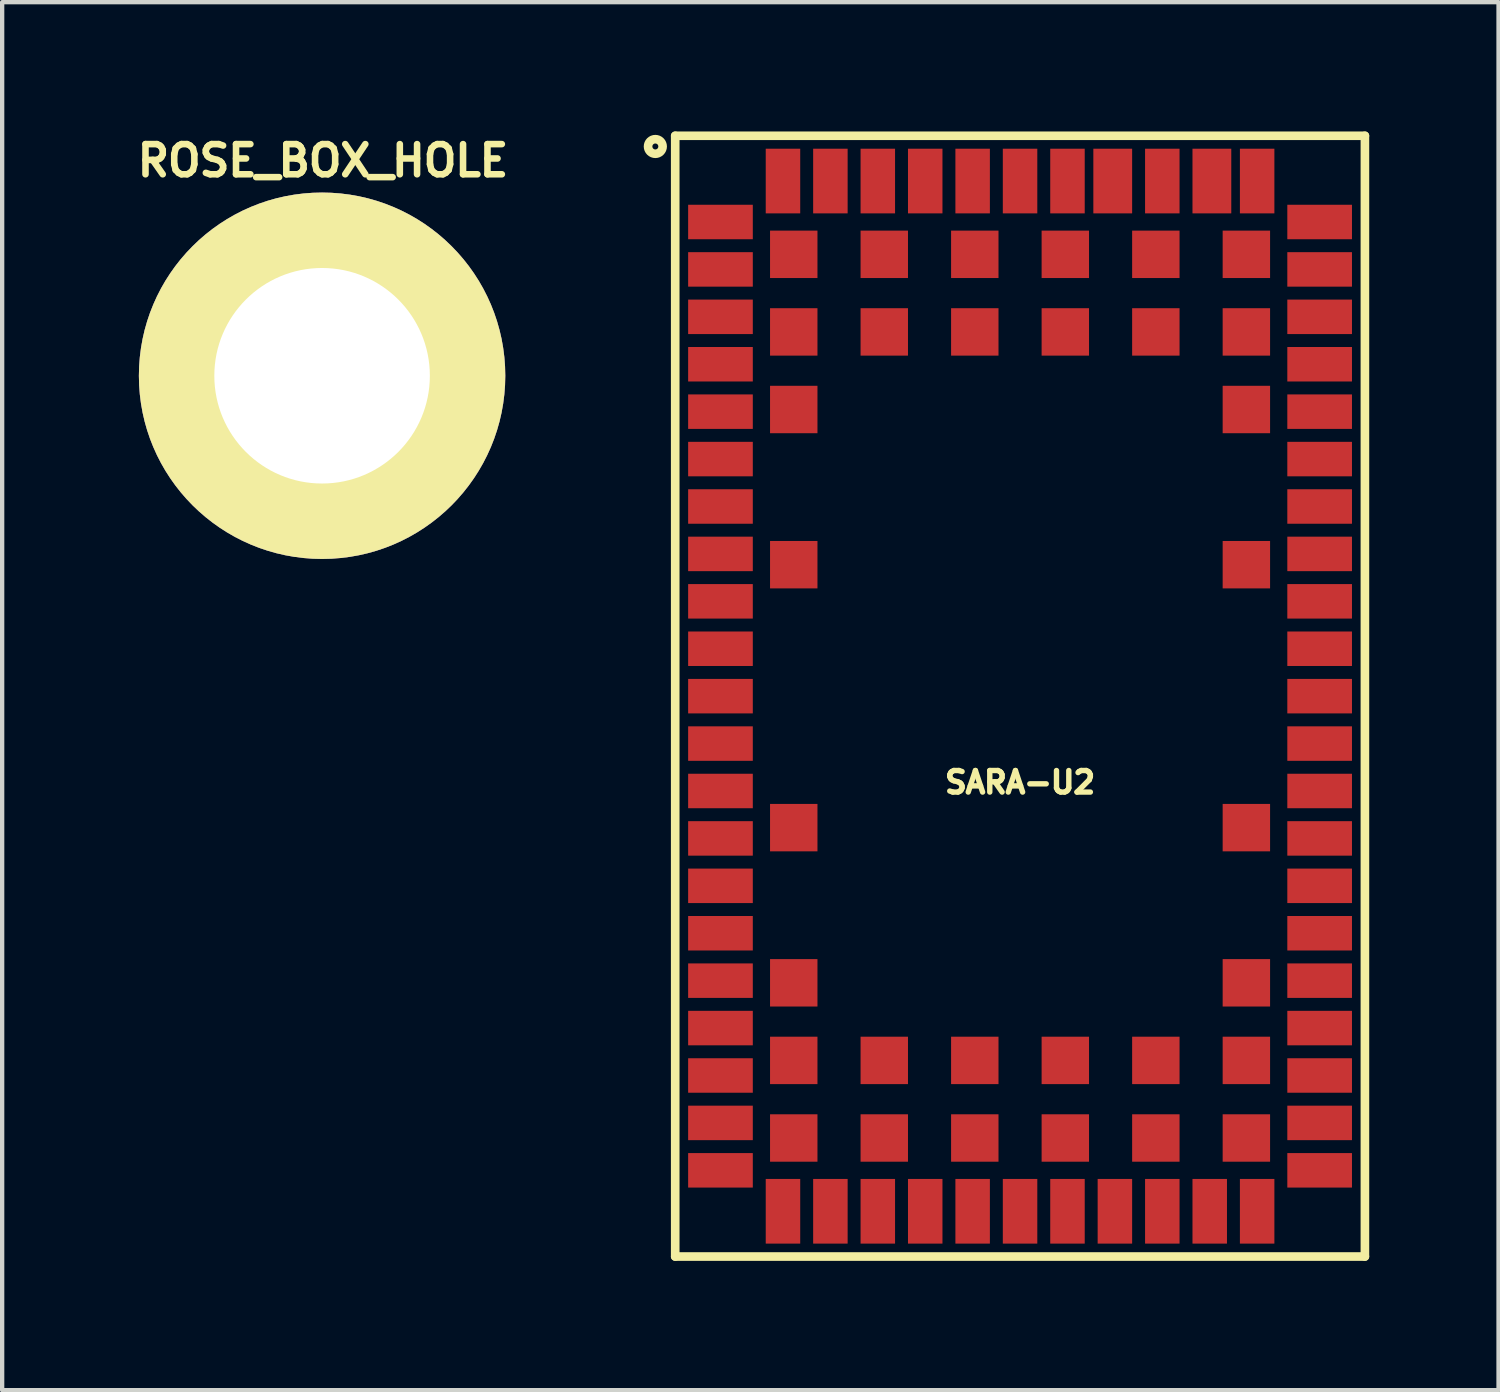
<source format=kicad_pcb>
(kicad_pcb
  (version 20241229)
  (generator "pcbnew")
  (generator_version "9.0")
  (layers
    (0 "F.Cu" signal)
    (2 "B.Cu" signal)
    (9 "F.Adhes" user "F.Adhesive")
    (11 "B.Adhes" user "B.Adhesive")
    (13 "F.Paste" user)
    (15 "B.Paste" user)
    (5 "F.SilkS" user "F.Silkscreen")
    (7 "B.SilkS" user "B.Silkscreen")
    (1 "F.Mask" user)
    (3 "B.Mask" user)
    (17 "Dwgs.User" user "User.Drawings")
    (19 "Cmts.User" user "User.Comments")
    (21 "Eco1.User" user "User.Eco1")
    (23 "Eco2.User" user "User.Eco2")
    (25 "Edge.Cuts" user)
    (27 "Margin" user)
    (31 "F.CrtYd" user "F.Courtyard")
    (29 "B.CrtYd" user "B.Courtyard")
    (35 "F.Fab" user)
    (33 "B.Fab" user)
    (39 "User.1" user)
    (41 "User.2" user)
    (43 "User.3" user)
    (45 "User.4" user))
  (footprint "ROSE_BOX_HOLE"
    (layer "F.Cu")
    (at 4.422 5.667)
    (property "Reference" "ROSE_BOX_HOLE" (at 0.02 -4.99 0) (layer "F.SilkS") (effects (font (size 0.7 0.7) (thickness 0.152))))
    (attr through_hole)
    (pad "1" thru_hole circle (at 0 0) (size 8.5 8.5) (drill 5) (layers "*.Cu" "*.Mask" "F.SilkS")))
  (footprint "SARA-U2"
    (layer "F.Cu")
    (at 20.614 13.1)
    (property "Reference" "SARA-U2" (at 0 2 0) (layer "F.SilkS") (effects (font (size 0.5 0.5) (thickness 0.125))))
    (attr through_hole)
    (fp_line (start -8 -13) (end 8 -13) (stroke (width 0.2) (type solid)) (layer "F.SilkS"))
    (fp_line (start -8 13) (end -8 -13) (stroke (width 0.2) (type solid)) (layer "F.SilkS"))
    (fp_line (start -8 13) (end 8 13) (stroke (width 0.2) (type solid)) (layer "F.SilkS"))
    (fp_line (start 8 13) (end 8 -13) (stroke (width 0.2) (type solid)) (layer "F.SilkS"))
    (fp_circle (center -8.461 -12.752) (end -8.381 -12.603) (stroke (width 0.2) (type solid)) (fill no) (layer "F.SilkS"))
    (pad "1" smd rect (at -6.95 -11) (size 1.3 0.6) (layers "F.Cu" "F.Paste"))
    (pad "1" smd rect (at -6.95 -11) (size 1.5 0.8) (layers "F.Cu" "F.Mask"))
    (pad "2" smd rect (at -6.95 -9.9) (size 1.3 0.6) (layers "F.Cu" "F.Paste"))
    (pad "2" smd rect (at -6.95 -9.9) (size 1.5 0.8) (layers "F.Cu" "F.Mask"))
    (pad "3" smd rect (at -6.95 -8.8) (size 1.3 0.6) (layers "F.Cu" "F.Paste"))
    (pad "3" smd rect (at -6.95 -8.8) (size 1.5 0.8) (layers "F.Cu" "F.Mask"))
    (pad "4" smd rect (at -6.95 -7.7) (size 1.3 0.6) (layers "F.Cu" "F.Paste"))
    (pad "4" smd rect (at -6.95 -7.7) (size 1.5 0.8) (layers "F.Cu" "F.Mask"))
    (pad "5" smd rect (at -6.95 -6.6) (size 1.3 0.6) (layers "F.Cu" "F.Paste"))
    (pad "5" smd rect (at -6.95 -6.6) (size 1.5 0.8) (layers "F.Cu" "F.Mask"))
    (pad "6" smd rect (at -6.95 -5.5) (size 1.3 0.6) (layers "F.Cu" "F.Paste"))
    (pad "6" smd rect (at -6.95 -5.5) (size 1.5 0.8) (layers "F.Cu" "F.Mask"))
    (pad "7" smd rect (at -6.95 -4.4) (size 1.3 0.6) (layers "F.Cu" "F.Paste"))
    (pad "7" smd rect (at -6.95 -4.4) (size 1.5 0.8) (layers "F.Cu" "F.Mask"))
    (pad "8" smd rect (at -6.95 -3.3) (size 1.3 0.6) (layers "F.Cu" "F.Paste"))
    (pad "8" smd rect (at -6.95 -3.3) (size 1.5 0.8) (layers "F.Cu" "F.Mask"))
    (pad "9" smd rect (at -6.95 -2.2) (size 1.3 0.6) (layers "F.Cu" "F.Paste"))
    (pad "9" smd rect (at -6.95 -2.2) (size 1.5 0.8) (layers "F.Cu" "F.Mask"))
    (pad "10" smd rect (at -6.95 -1.1) (size 1.3 0.6) (layers "F.Cu" "F.Paste"))
    (pad "10" smd rect (at -6.95 -1.1) (size 1.5 0.8) (layers "F.Cu" "F.Mask"))
    (pad "11" smd rect (at -6.95 0) (size 1.3 0.6) (layers "F.Cu" "F.Paste"))
    (pad "11" smd rect (at -6.95 0) (size 1.5 0.8) (layers "F.Cu" "F.Mask"))
    (pad "12" smd rect (at -6.95 1.1) (size 1.3 0.6) (layers "F.Cu" "F.Paste"))
    (pad "12" smd rect (at -6.95 1.1) (size 1.5 0.8) (layers "F.Cu" "F.Mask"))
    (pad "13" smd rect (at -6.95 2.2) (size 1.3 0.6) (layers "F.Cu" "F.Paste"))
    (pad "13" smd rect (at -6.95 2.2) (size 1.5 0.8) (layers "F.Cu" "F.Mask"))
    (pad "14" smd rect (at -6.95 3.3) (size 1.3 0.6) (layers "F.Cu" "F.Paste"))
    (pad "14" smd rect (at -6.95 3.3) (size 1.5 0.8) (layers "F.Cu" "F.Mask"))
    (pad "15" smd rect (at -6.95 4.4) (size 1.3 0.6) (layers "F.Cu" "F.Paste"))
    (pad "15" smd rect (at -6.95 4.4) (size 1.5 0.8) (layers "F.Cu" "F.Mask"))
    (pad "16" smd rect (at -6.95 5.5) (size 1.3 0.6) (layers "F.Cu" "F.Paste"))
    (pad "16" smd rect (at -6.95 5.5) (size 1.5 0.8) (layers "F.Cu" "F.Mask"))
    (pad "17" smd rect (at -6.95 6.6) (size 1.3 0.6) (layers "F.Cu" "F.Paste"))
    (pad "17" smd rect (at -6.95 6.6) (size 1.5 0.8) (layers "F.Cu" "F.Mask"))
    (pad "18" smd rect (at -6.95 7.7) (size 1.3 0.6) (layers "F.Cu" "F.Paste"))
    (pad "18" smd rect (at -6.95 7.7) (size 1.5 0.8) (layers "F.Cu" "F.Mask"))
    (pad "19" smd rect (at -6.95 8.8) (size 1.3 0.6) (layers "F.Cu" "F.Paste"))
    (pad "19" smd rect (at -6.95 8.8) (size 1.5 0.8) (layers "F.Cu" "F.Mask"))
    (pad "20" smd rect (at -6.95 9.9) (size 1.3 0.6) (layers "F.Cu" "F.Paste"))
    (pad "20" smd rect (at -6.95 9.9) (size 1.5 0.8) (layers "F.Cu" "F.Mask"))
    (pad "21" smd rect (at -6.95 11) (size 1.3 0.6) (layers "F.Cu" "F.Paste"))
    (pad "21" smd rect (at -6.95 11) (size 1.5 0.8) (layers "F.Cu" "F.Mask"))
    (pad "22" smd rect (at -5.5 11.95 90) (size 1.3 0.6) (layers "F.Cu" "F.Paste"))
    (pad "22" smd rect (at -5.5 11.95 90) (size 1.5 0.8) (layers "F.Cu" "F.Mask"))
    (pad "23" smd rect (at -4.4 11.95 90) (size 1.3 0.6) (layers "F.Cu" "F.Paste"))
    (pad "23" smd rect (at -4.4 11.95 90) (size 1.5 0.8) (layers "F.Cu" "F.Mask"))
    (pad "24" smd rect (at -3.3 11.95 90) (size 1.3 0.6) (layers "F.Cu" "F.Paste"))
    (pad "24" smd rect (at -3.3 11.95 90) (size 1.5 0.8) (layers "F.Cu" "F.Mask"))
    (pad "25" smd rect (at -2.2 11.95 90) (size 1.3 0.6) (layers "F.Cu" "F.Paste"))
    (pad "25" smd rect (at -2.2 11.95 90) (size 1.5 0.8) (layers "F.Cu" "F.Mask"))
    (pad "26" smd rect (at -1.1 11.95 90) (size 1.3 0.6) (layers "F.Cu" "F.Paste"))
    (pad "26" smd rect (at -1.1 11.95 90) (size 1.5 0.8) (layers "F.Cu" "F.Mask"))
    (pad "27" smd rect (at 0 11.95 90) (size 1.3 0.6) (layers "F.Cu" "F.Paste"))
    (pad "27" smd rect (at 0 11.95 90) (size 1.5 0.8) (layers "F.Cu" "F.Mask"))
    (pad "28" smd rect (at 1.1 11.95 90) (size 1.3 0.6) (layers "F.Cu" "F.Paste"))
    (pad "28" smd rect (at 1.1 11.95 90) (size 1.5 0.8) (layers "F.Cu" "F.Mask"))
    (pad "29" smd rect (at 2.2 11.95 90) (size 1.3 0.6) (layers "F.Cu" "F.Paste"))
    (pad "29" smd rect (at 2.2 11.95 90) (size 1.5 0.8) (layers "F.Cu" "F.Mask"))
    (pad "30" smd rect (at 3.3 11.95 90) (size 1.3 0.6) (layers "F.Cu" "F.Paste"))
    (pad "30" smd rect (at 3.3 11.95 90) (size 1.5 0.8) (layers "F.Cu" "F.Mask"))
    (pad "31" smd rect (at 4.4 11.95 90) (size 1.3 0.6) (layers "F.Cu" "F.Paste"))
    (pad "31" smd rect (at 4.4 11.95 90) (size 1.5 0.8) (layers "F.Cu" "F.Mask"))
    (pad "32" smd rect (at 5.5 11.95 90) (size 1.3 0.6) (layers "F.Cu" "F.Paste"))
    (pad "32" smd rect (at 5.5 11.95 90) (size 1.5 0.8) (layers "F.Cu" "F.Mask"))
    (pad "33" smd rect (at 6.95 11) (size 1.3 0.6) (layers "F.Cu" "F.Paste"))
    (pad "33" smd rect (at 6.95 11) (size 1.5 0.8) (layers "F.Cu" "F.Mask"))
    (pad "34" smd rect (at 6.95 9.9) (size 1.3 0.6) (layers "F.Cu" "F.Paste"))
    (pad "34" smd rect (at 6.95 9.9) (size 1.5 0.8) (layers "F.Cu" "F.Mask"))
    (pad "35" smd rect (at 6.95 8.8) (size 1.3 0.6) (layers "F.Cu" "F.Paste"))
    (pad "35" smd rect (at 6.95 8.8) (size 1.5 0.8) (layers "F.Cu" "F.Mask"))
    (pad "36" smd rect (at 6.95 7.7) (size 1.3 0.6) (layers "F.Cu" "F.Paste"))
    (pad "36" smd rect (at 6.95 7.7) (size 1.5 0.8) (layers "F.Cu" "F.Mask"))
    (pad "37" smd rect (at 6.95 6.6) (size 1.3 0.6) (layers "F.Cu" "F.Paste"))
    (pad "37" smd rect (at 6.95 6.6) (size 1.5 0.8) (layers "F.Cu" "F.Mask"))
    (pad "38" smd rect (at 6.95 5.5) (size 1.3 0.6) (layers "F.Cu" "F.Paste"))
    (pad "38" smd rect (at 6.95 5.5) (size 1.5 0.8) (layers "F.Cu" "F.Mask"))
    (pad "39" smd rect (at 6.95 4.4) (size 1.3 0.6) (layers "F.Cu" "F.Paste"))
    (pad "39" smd rect (at 6.95 4.4) (size 1.5 0.8) (layers "F.Cu" "F.Mask"))
    (pad "40" smd rect (at 6.95 3.3) (size 1.3 0.6) (layers "F.Cu" "F.Paste"))
    (pad "40" smd rect (at 6.95 3.3) (size 1.5 0.8) (layers "F.Cu" "F.Mask"))
    (pad "41" smd rect (at 6.95 2.2) (size 1.3 0.6) (layers "F.Cu" "F.Paste"))
    (pad "41" smd rect (at 6.95 2.2) (size 1.5 0.8) (layers "F.Cu" "F.Mask"))
    (pad "42" smd rect (at 6.95 1.1) (size 1.3 0.6) (layers "F.Cu" "F.Paste"))
    (pad "42" smd rect (at 6.95 1.1) (size 1.5 0.8) (layers "F.Cu" "F.Mask"))
    (pad "43" smd rect (at 6.95 0) (size 1.3 0.6) (layers "F.Cu" "F.Paste"))
    (pad "43" smd rect (at 6.95 0) (size 1.5 0.8) (layers "F.Cu" "F.Mask"))
    (pad "44" smd rect (at 6.95 -1.1) (size 1.3 0.6) (layers "F.Cu" "F.Paste"))
    (pad "44" smd rect (at 6.95 -1.1) (size 1.5 0.8) (layers "F.Cu" "F.Mask"))
    (pad "45" smd rect (at 6.95 -2.2) (size 1.3 0.6) (layers "F.Cu" "F.Paste"))
    (pad "45" smd rect (at 6.95 -2.2) (size 1.5 0.8) (layers "F.Cu" "F.Mask"))
    (pad "46" smd rect (at 6.95 -3.3) (size 1.3 0.6) (layers "F.Cu" "F.Paste"))
    (pad "46" smd rect (at 6.95 -3.3) (size 1.5 0.8) (layers "F.Cu" "F.Mask"))
    (pad "47" smd rect (at 6.95 -4.4) (size 1.3 0.6) (layers "F.Cu" "F.Paste"))
    (pad "47" smd rect (at 6.95 -4.4) (size 1.5 0.8) (layers "F.Cu" "F.Mask"))
    (pad "48" smd rect (at 6.95 -5.5) (size 1.3 0.6) (layers "F.Cu" "F.Paste"))
    (pad "48" smd rect (at 6.95 -5.5) (size 1.5 0.8) (layers "F.Cu" "F.Mask"))
    (pad "49" smd rect (at 6.95 -6.6) (size 1.3 0.6) (layers "F.Cu" "F.Paste"))
    (pad "49" smd rect (at 6.95 -6.6) (size 1.5 0.8) (layers "F.Cu" "F.Mask"))
    (pad "50" smd rect (at 6.95 -7.7) (size 1.3 0.6) (layers "F.Cu" "F.Paste"))
    (pad "50" smd rect (at 6.95 -7.7) (size 1.5 0.8) (layers "F.Cu" "F.Mask"))
    (pad "51" smd rect (at 6.95 -8.8) (size 1.3 0.6) (layers "F.Cu" "F.Paste"))
    (pad "51" smd rect (at 6.95 -8.8) (size 1.5 0.8) (layers "F.Cu" "F.Mask"))
    (pad "52" smd rect (at 6.95 -9.9) (size 1.3 0.6) (layers "F.Cu" "F.Paste"))
    (pad "52" smd rect (at 6.95 -9.9) (size 1.5 0.8) (layers "F.Cu" "F.Mask"))
    (pad "53" smd rect (at 6.95 -11) (size 1.3 0.6) (layers "F.Cu" "F.Paste"))
    (pad "53" smd rect (at 6.95 -11) (size 1.5 0.8) (layers "F.Cu" "F.Mask"))
    (pad "54" smd rect (at 5.5 -11.95 90) (size 1.3 0.6) (layers "F.Cu" "F.Paste"))
    (pad "54" smd rect (at 5.5 -11.95 90) (size 1.5 0.8) (layers "F.Cu" "F.Mask"))
    (pad "55" smd rect (at 4.45 -11.95 90) (size 1.3 0.6) (layers "F.Cu" "F.Paste"))
    (pad "55" smd rect (at 4.45 -11.95 90) (size 1.5 0.9) (layers "F.Cu" "F.Mask"))
    (pad "56" smd rect (at 3.3 -11.95 90) (size 1.3 0.6) (layers "F.Cu" "F.Paste"))
    (pad "56" smd rect (at 3.3 -11.95 90) (size 1.5 0.8) (layers "F.Cu" "F.Mask"))
    (pad "57" smd rect (at 2.15 -11.95 90) (size 1.3 0.6) (layers "F.Cu" "F.Paste"))
    (pad "57" smd rect (at 2.15 -11.95 90) (size 1.5 0.9) (layers "F.Cu" "F.Mask"))
    (pad "58" smd rect (at 1.1 -11.95 90) (size 1.3 0.6) (layers "F.Cu" "F.Paste"))
    (pad "58" smd rect (at 1.1 -11.95 90) (size 1.5 0.8) (layers "F.Cu" "F.Mask"))
    (pad "59" smd rect (at 0 -11.95 90) (size 1.3 0.6) (layers "F.Cu" "F.Paste"))
    (pad "59" smd rect (at 0 -11.95 90) (size 1.5 0.8) (layers "F.Cu" "F.Mask"))
    (pad "60" smd rect (at -1.1 -11.95 90) (size 1.3 0.6) (layers "F.Cu" "F.Paste"))
    (pad "60" smd rect (at -1.1 -11.95 90) (size 1.5 0.8) (layers "F.Cu" "F.Mask"))
    (pad "61" smd rect (at -2.2 -11.95 90) (size 1.3 0.7) (layers "F.Cu" "F.Paste"))
    (pad "61" smd rect (at -2.2 -11.95 90) (size 1.5 0.8) (layers "F.Cu" "F.Mask"))
    (pad "62" smd rect (at -3.3 -11.95 90) (size 1.3 0.6) (layers "F.Cu" "F.Paste"))
    (pad "62" smd rect (at -3.3 -11.95 90) (size 1.5 0.8) (layers "F.Cu" "F.Mask"))
    (pad "63" smd rect (at -4.4 -11.95 90) (size 1.3 0.7) (layers "F.Cu" "F.Paste"))
    (pad "63" smd rect (at -4.4 -11.95 90) (size 1.5 0.8) (layers "F.Cu" "F.Mask"))
    (pad "64" smd rect (at -5.5 -11.95 90) (size 1.3 0.6) (layers "F.Cu" "F.Paste"))
    (pad "64" smd rect (at -5.5 -11.95 90) (size 1.5 0.8) (layers "F.Cu" "F.Mask"))
    (pad "65" smd rect (at -5.25 -10.25) (size 0.9 0.9) (layers "F.Cu" "F.Paste"))
    (pad "65" smd rect (at -5.25 -10.25) (size 1.1 1.1) (layers "F.Cu" "F.Mask"))
    (pad "66" smd rect (at -3.15 -10.25) (size 0.9 0.9) (layers "F.Cu" "F.Paste"))
    (pad "66" smd rect (at -3.15 -10.25) (size 1.1 1.1) (layers "F.Cu" "F.Mask"))
    (pad "67" smd rect (at -1.05 -10.25) (size 0.9 0.9) (layers "F.Cu" "F.Paste"))
    (pad "67" smd rect (at -1.05 -10.25) (size 1.1 1.1) (layers "F.Cu" "F.Mask"))
    (pad "68" smd rect (at 1.05 -10.25) (size 0.9 0.9) (layers "F.Cu" "F.Paste"))
    (pad "68" smd rect (at 1.05 -10.25) (size 1.1 1.1) (layers "F.Cu" "F.Mask"))
    (pad "69" smd rect (at 3.15 -10.25) (size 0.9 0.9) (layers "F.Cu" "F.Paste"))
    (pad "69" smd rect (at 3.15 -10.25) (size 1.1 1.1) (layers "F.Cu" "F.Mask"))
    (pad "70" smd rect (at 5.25 -10.25) (size 0.9 0.9) (layers "F.Cu" "F.Paste"))
    (pad "70" smd rect (at 5.25 -10.25) (size 1.1 1.1) (layers "F.Cu" "F.Mask"))
    (pad "71" smd rect (at -5.25 -8.45) (size 0.9 0.9) (layers "F.Cu" "F.Paste"))
    (pad "71" smd rect (at -5.25 -8.45) (size 1.1 1.1) (layers "F.Cu" "F.Mask"))
    (pad "72" smd rect (at -3.15 -8.45) (size 0.9 0.9) (layers "F.Cu" "F.Paste"))
    (pad "72" smd rect (at -3.15 -8.45) (size 1.1 1.1) (layers "F.Cu" "F.Mask"))
    (pad "73" smd rect (at -1.05 -8.45) (size 0.9 0.9) (layers "F.Cu" "F.Paste"))
    (pad "73" smd rect (at -1.05 -8.45) (size 1.1 1.1) (layers "F.Cu" "F.Mask"))
    (pad "74" smd rect (at 1.05 -8.45) (size 0.9 0.9) (layers "F.Cu" "F.Paste"))
    (pad "74" smd rect (at 1.05 -8.45) (size 1.1 1.1) (layers "F.Cu" "F.Mask"))
    (pad "75" smd rect (at 3.15 -8.45) (size 0.9 0.9) (layers "F.Cu" "F.Paste"))
    (pad "75" smd rect (at 3.15 -8.45) (size 1.1 1.1) (layers "F.Cu" "F.Mask"))
    (pad "76" smd rect (at 5.25 -8.45) (size 0.9 0.9) (layers "F.Cu" "F.Paste"))
    (pad "76" smd rect (at 5.25 -8.45) (size 1.1 1.1) (layers "F.Cu" "F.Mask"))
    (pad "77" smd rect (at -5.25 -6.65) (size 0.9 0.9) (layers "F.Cu" "F.Paste"))
    (pad "77" smd rect (at -5.25 -6.65) (size 1.1 1.1) (layers "F.Cu" "F.Mask"))
    (pad "78" smd rect (at 5.25 -6.65) (size 0.9 0.9) (layers "F.Cu" "F.Paste"))
    (pad "78" smd rect (at 5.25 -6.65) (size 1.1 1.1) (layers "F.Cu" "F.Mask"))
    (pad "79" smd rect (at -5.25 -3.05 180) (size 0.9 0.9) (layers "F.Cu" "F.Paste"))
    (pad "79" smd rect (at -5.25 -3.05 180) (size 1.1 1.1) (layers "F.Cu" "F.Mask"))
    (pad "80" smd rect (at 5.25 -3.05 180) (size 0.9 0.9) (layers "F.Cu" "F.Paste"))
    (pad "80" smd rect (at 5.25 -3.05 180) (size 1.1 1.1) (layers "F.Cu" "F.Mask"))
    (pad "81" smd rect (at -5.25 3.05 180) (size 0.9 0.9) (layers "F.Cu" "F.Paste"))
    (pad "81" smd rect (at -5.25 3.05 180) (size 1.1 1.1) (layers "F.Cu" "F.Mask"))
    (pad "82" smd rect (at 5.25 3.05 180) (size 0.9 0.9) (layers "F.Cu" "F.Paste"))
    (pad "82" smd rect (at 5.25 3.05 180) (size 1.1 1.1) (layers "F.Cu" "F.Mask"))
    (pad "83" smd rect (at -5.25 6.65 180) (size 0.9 0.9) (layers "F.Cu" "F.Paste"))
    (pad "83" smd rect (at -5.25 6.65 180) (size 1.1 1.1) (layers "F.Cu" "F.Mask"))
    (pad "84" smd rect (at 5.25 6.65 180) (size 0.9 0.9) (layers "F.Cu" "F.Paste"))
    (pad "84" smd rect (at 5.25 6.65 180) (size 1.1 1.1) (layers "F.Cu" "F.Mask"))
    (pad "85" smd rect (at -5.25 8.45 180) (size 0.9 0.9) (layers "F.Cu" "F.Paste"))
    (pad "85" smd rect (at -5.25 8.45 180) (size 1.1 1.1) (layers "F.Cu" "F.Mask"))
    (pad "86" smd rect (at -3.15 8.45 180) (size 0.9 0.9) (layers "F.Cu" "F.Paste"))
    (pad "86" smd rect (at -3.15 8.45 180) (size 1.1 1.1) (layers "F.Cu" "F.Mask"))
    (pad "87" smd rect (at -1.05 8.45 180) (size 0.9 0.9) (layers "F.Cu" "F.Paste"))
    (pad "87" smd rect (at -1.05 8.45 180) (size 1.1 1.1) (layers "F.Cu" "F.Mask"))
    (pad "88" smd rect (at 1.05 8.45 180) (size 0.9 0.9) (layers "F.Cu" "F.Paste"))
    (pad "88" smd rect (at 1.05 8.45 180) (size 1.1 1.1) (layers "F.Cu" "F.Mask"))
    (pad "89" smd rect (at 3.15 8.45 180) (size 0.9 0.9) (layers "F.Cu" "F.Paste"))
    (pad "89" smd rect (at 3.15 8.45 180) (size 1.1 1.1) (layers "F.Cu" "F.Mask"))
    (pad "90" smd rect (at 5.25 8.45 180) (size 0.9 0.9) (layers "F.Cu" "F.Paste"))
    (pad "90" smd rect (at 5.25 8.45 180) (size 1.1 1.1) (layers "F.Cu" "F.Mask"))
    (pad "91" smd rect (at -5.25 10.25 180) (size 0.9 0.9) (layers "F.Cu" "F.Paste"))
    (pad "91" smd rect (at -5.25 10.25 180) (size 1.1 1.1) (layers "F.Cu" "F.Mask"))
    (pad "92" smd rect (at -3.15 10.25 180) (size 0.9 0.9) (layers "F.Cu" "F.Paste"))
    (pad "92" smd rect (at -3.15 10.25 180) (size 1.1 1.1) (layers "F.Cu" "F.Mask"))
    (pad "93" smd rect (at -1.05 10.25 180) (size 0.9 0.9) (layers "F.Cu" "F.Paste"))
    (pad "93" smd rect (at -1.05 10.25 180) (size 1.1 1.1) (layers "F.Cu" "F.Mask"))
    (pad "94" smd rect (at 1.05 10.25 180) (size 0.9 0.9) (layers "F.Cu" "F.Paste"))
    (pad "94" smd rect (at 1.05 10.25 180) (size 1.1 1.1) (layers "F.Cu" "F.Mask"))
    (pad "95" smd rect (at 3.15 10.25 180) (size 0.9 0.9) (layers "F.Cu" "F.Paste"))
    (pad "95" smd rect (at 3.15 10.25 180) (size 1.1 1.1) (layers "F.Cu" "F.Mask"))
    (pad "96" smd rect (at 5.25 10.25 180) (size 0.9 0.9) (layers "F.Cu" "F.Paste"))
    (pad "96" smd rect (at 5.25 10.25 180) (size 1.1 1.1) (layers "F.Cu" "F.Mask")))
  (gr_rect
    (start -3 -3)
    (end 31.714 29.2)
    (stroke (width 0.1) (type default))
    (fill no)
    (layer "Edge.Cuts")))
</source>
